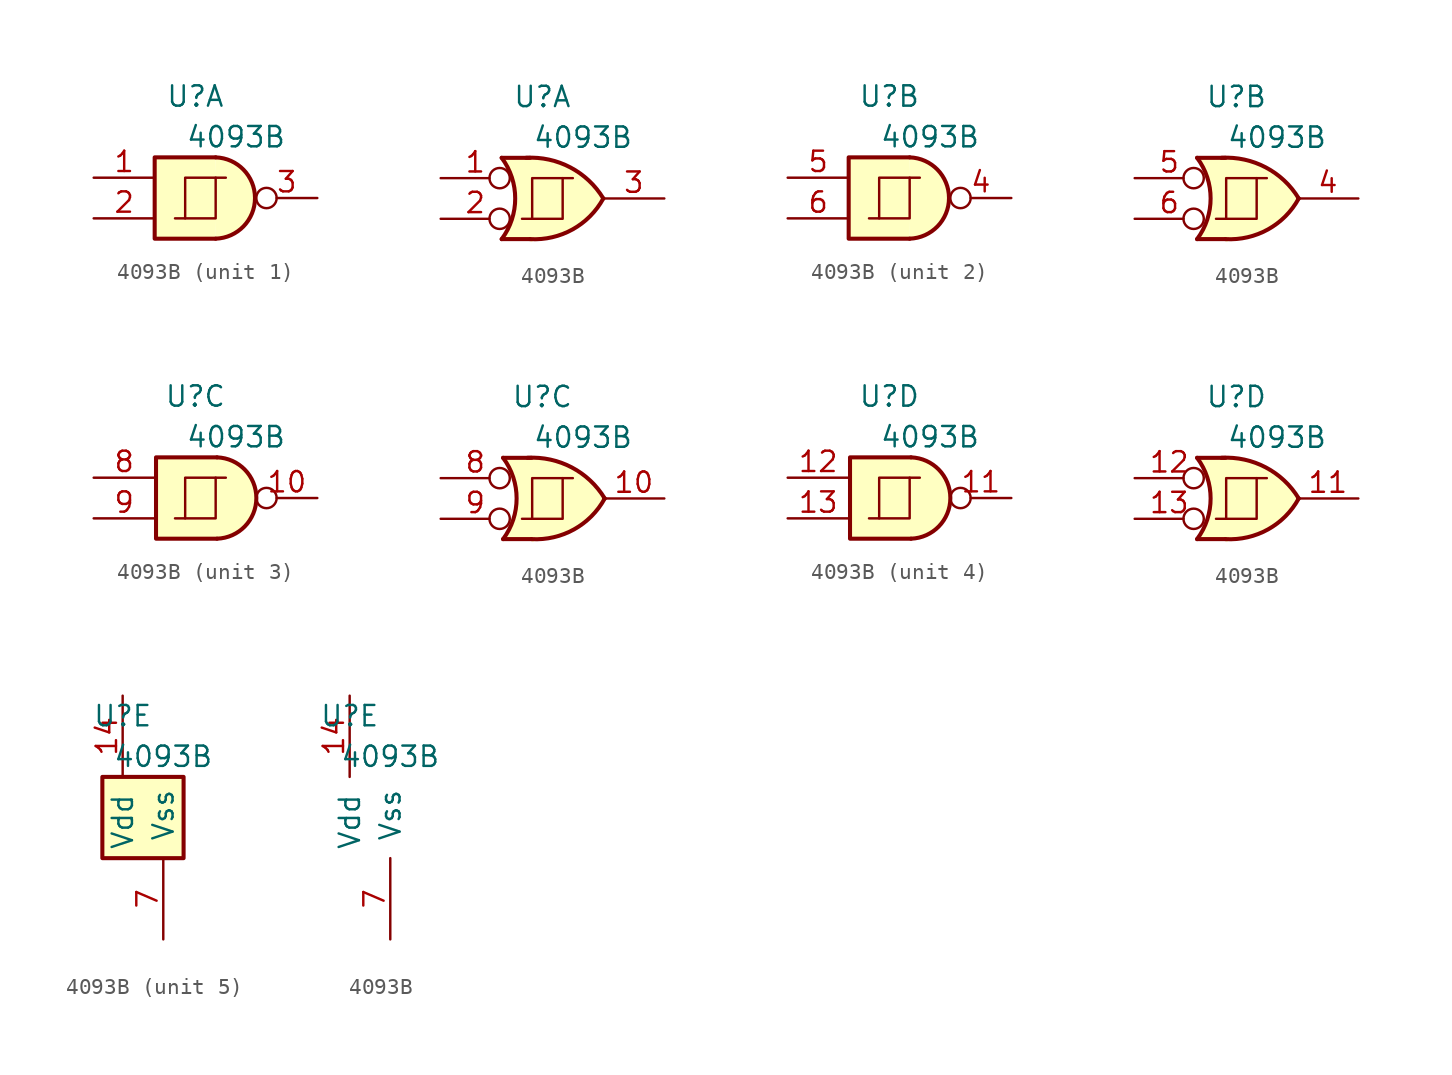
<source format=kicad_sym>
(kicad_symbol_lib
  (version 20220914)
  (generator kicad_symbol_editor)
  (symbol "4093B"
    (pin_names
      (offset 1.016))
    (property "Reference" "U"
      (at -1.27 6.35 0)
      (effects (font (size 1.27 1.27))))
    (property "Value" "4093B"
      (at 1.27 3.81 0)
      (effects (font (size 1.27 1.27))))
    (property "ki_locked" ""
      (at 0 0 0)
      (effects (font (size 1.27 1.27))))
    (symbol "4093B_1_0"
      (polyline (pts (xy 0 1.27) (xy 0 -1.27) (xy -2.54 -1.27)) (stroke (width 0) (type default)) (fill (type none)))
      (polyline (pts (xy 0.635 1.27) (xy -1.905 1.27) (xy -1.905 -1.27)) (stroke (width 0) (type default)) (fill (type none))))
    (symbol "4093B_1_1"
      (arc (start 0 -2.54) (mid 2.4571 0) (end 0 2.54) (stroke (width 0.254) (type default)) (fill (type background)))
      (polyline (pts (xy 0 2.54) (xy -3.81 2.54) (xy -3.81 -2.54) (xy 0 -2.54)) (stroke (width 0.254) (type default)) (fill (type background)))
      (pin input line (at -7.62 1.27 0) (length 3.81) (name "~" (effects (font (size 1.27 1.27)))) (number "1" (effects (font (size 1.27 1.27)))))
      (pin input line (at -7.62 -1.27 0) (length 3.81) (name "~" (effects (font (size 1.27 1.27)))) (number "2" (effects (font (size 1.27 1.27)))))
      (pin output inverted (at 6.35 0 180) (length 3.81) (name "~" (effects (font (size 1.27 1.27)))) (number "3" (effects (font (size 1.27 1.27))))))
    (symbol "4093B_1_2"
      (arc (start -3.81 -2.54) (mid -2.964 0) (end -3.81 2.54) (stroke (width 0.254) (type default)) (fill (type none)))
      (arc (start -2.032 -2.54) (mid 0.6219 -1.9322) (end 2.54 0) (stroke (width 0.254) (type default)) (fill (type background)))
      (polyline (pts (xy -3.81 -2.54) (xy -2.032 -2.54)) (stroke (width 0.254) (type default)) (fill (type none)))
      (polyline (pts (xy -3.81 2.54) (xy -2.032 2.54)) (stroke (width 0.254) (type default)) (fill (type none)))
      (polyline (pts (xy -1.27 2.54) (xy -3.81 2.54) (xy -3.175 1.27) (xy -2.794 0) (xy -3.175 -1.27) (xy -3.81 -2.54) (xy -1.27 -2.54)) (stroke (width -25.4) (type default)) (fill (type background)))
      (arc (start 2.54 0) (mid 0.4797 1.9402) (end -2.286 2.54) (stroke (width 0.254) (type default)) (fill (type background)))
      (pin input inverted (at -7.62 1.27 0) (length 4.318) (name "~" (effects (font (size 1.27 1.27)))) (number "1" (effects (font (size 1.27 1.27)))))
      (pin input inverted (at -7.62 -1.27 0) (length 4.318) (name "~" (effects (font (size 1.27 1.27)))) (number "2" (effects (font (size 1.27 1.27)))))
      (pin output line (at 6.35 0 180) (length 3.81) (name "~" (effects (font (size 1.27 1.27)))) (number "3" (effects (font (size 1.27 1.27))))))
    (symbol "4093B_2_0"
      (polyline (pts (xy 0 1.27) (xy 0 -1.27) (xy -2.54 -1.27)) (stroke (width 0) (type default)) (fill (type none)))
      (polyline (pts (xy 0.635 1.27) (xy -1.905 1.27) (xy -1.905 -1.27)) (stroke (width 0) (type default)) (fill (type none))))
    (symbol "4093B_2_1"
      (arc (start 0 -2.54) (mid 2.4571 0) (end 0 2.54) (stroke (width 0.254) (type default)) (fill (type background)))
      (polyline (pts (xy 0 2.54) (xy -3.81 2.54) (xy -3.81 -2.54) (xy 0 -2.54)) (stroke (width 0.254) (type default)) (fill (type background)))
      (pin output inverted (at 6.35 0 180) (length 3.81) (name "~" (effects (font (size 1.27 1.27)))) (number "4" (effects (font (size 1.27 1.27)))))
      (pin input line (at -7.62 1.27 0) (length 3.81) (name "~" (effects (font (size 1.27 1.27)))) (number "5" (effects (font (size 1.27 1.27)))))
      (pin input line (at -7.62 -1.27 0) (length 3.81) (name "~" (effects (font (size 1.27 1.27)))) (number "6" (effects (font (size 1.27 1.27))))))
    (symbol "4093B_2_2"
      (arc (start -3.722 -2.54) (mid -2.876 0) (end -3.722 2.54) (stroke (width 0.254) (type default)) (fill (type none)))
      (arc (start -1.944 -2.54) (mid 0.7099 -1.9322) (end 2.628 0) (stroke (width 0.254) (type default)) (fill (type background)))
      (polyline (pts (xy -3.722 -2.54) (xy -1.944 -2.54)) (stroke (width 0.254) (type default)) (fill (type none)))
      (polyline (pts (xy -3.722 2.54) (xy -1.944 2.54)) (stroke (width 0.254) (type default)) (fill (type none)))
      (polyline (pts (xy -1.182 2.54) (xy -3.722 2.54) (xy -3.087 1.27) (xy -2.706 0) (xy -3.087 -1.27) (xy -3.722 -2.54) (xy -1.182 -2.54)) (stroke (width -25.4) (type default)) (fill (type background)))
      (arc (start 2.628 0) (mid 0.5677 1.9402) (end -2.198 2.54) (stroke (width 0.254) (type default)) (fill (type background)))
      (pin output line (at 6.35 0 180) (length 3.81) (name "~" (effects (font (size 1.27 1.27)))) (number "4" (effects (font (size 1.27 1.27)))))
      (pin input inverted (at -7.62 1.27 0) (length 4.318) (name "~" (effects (font (size 1.27 1.27)))) (number "5" (effects (font (size 1.27 1.27)))))
      (pin input inverted (at -7.62 -1.27 0) (length 4.318) (name "~" (effects (font (size 1.27 1.27)))) (number "6" (effects (font (size 1.27 1.27))))))
    (symbol "4093B_3_0"
      (polyline (pts (xy 0 1.27) (xy 0 -1.27) (xy -2.54 -1.27)) (stroke (width 0) (type default)) (fill (type none)))
      (polyline (pts (xy 0.635 1.27) (xy -1.905 1.27) (xy -1.905 -1.27)) (stroke (width 0) (type default)) (fill (type none))))
    (symbol "4093B_3_1"
      (polyline (pts (xy 0.084 2.54) (xy -3.726 2.54) (xy -3.726 -2.54) (xy 0.084 -2.54)) (stroke (width 0.254) (type default)) (fill (type background)))
      (arc (start 0.0843 -2.54) (mid 2.5414 0) (end 0.0843 2.54) (stroke (width 0.254) (type default)) (fill (type background)))
      (pin output inverted (at 6.35 0 180) (length 3.81) (name "~" (effects (font (size 1.27 1.27)))) (number "10" (effects (font (size 1.27 1.27)))))
      (pin input line (at -7.62 1.27 0) (length 3.81) (name "~" (effects (font (size 1.27 1.27)))) (number "8" (effects (font (size 1.27 1.27)))))
      (pin input line (at -7.62 -1.27 0) (length 3.81) (name "~" (effects (font (size 1.27 1.27)))) (number "9" (effects (font (size 1.27 1.27))))))
    (symbol "4093B_3_2"
      (arc (start -3.722 -2.54) (mid -2.876 0) (end -3.722 2.54) (stroke (width 0.254) (type default)) (fill (type none)))
      (arc (start -1.944 -2.54) (mid 0.7099 -1.9322) (end 2.628 0) (stroke (width 0.254) (type default)) (fill (type background)))
      (polyline (pts (xy -3.722 -2.54) (xy -1.944 -2.54)) (stroke (width 0.254) (type default)) (fill (type none)))
      (polyline (pts (xy -3.722 2.54) (xy -1.944 2.54)) (stroke (width 0.254) (type default)) (fill (type none)))
      (polyline (pts (xy -1.182 2.54) (xy -3.722 2.54) (xy -3.087 1.27) (xy -2.706 0) (xy -3.087 -1.27) (xy -3.722 -2.54) (xy -1.182 -2.54)) (stroke (width -25.4) (type default)) (fill (type background)))
      (arc (start 2.628 0) (mid 0.5677 1.9402) (end -2.198 2.54) (stroke (width 0.254) (type default)) (fill (type background)))
      (pin output line (at 6.35 0 180) (length 3.81) (name "~" (effects (font (size 1.27 1.27)))) (number "10" (effects (font (size 1.27 1.27)))))
      (pin input inverted (at -7.62 1.27 0) (length 4.318) (name "~" (effects (font (size 1.27 1.27)))) (number "8" (effects (font (size 1.27 1.27)))))
      (pin input inverted (at -7.62 -1.27 0) (length 4.318) (name "~" (effects (font (size 1.27 1.27)))) (number "9" (effects (font (size 1.27 1.27))))))
    (symbol "4093B_4_0"
      (polyline (pts (xy 0 1.27) (xy 0 -1.27) (xy -2.54 -1.27)) (stroke (width 0) (type default)) (fill (type none)))
      (polyline (pts (xy 0.635 1.27) (xy -1.905 1.27) (xy -1.905 -1.27)) (stroke (width 0) (type default)) (fill (type none))))
    (symbol "4093B_4_1"
      (polyline (pts (xy 0.084 2.54) (xy -3.726 2.54) (xy -3.726 -2.54) (xy 0.084 -2.54)) (stroke (width 0.254) (type default)) (fill (type background)))
      (arc (start 0.0843 -2.54) (mid 2.5414 0) (end 0.0843 2.54) (stroke (width 0.254) (type default)) (fill (type background)))
      (pin output inverted (at 6.35 0 180) (length 3.81) (name "~" (effects (font (size 1.27 1.27)))) (number "11" (effects (font (size 1.27 1.27)))))
      (pin input line (at -7.62 1.27 0) (length 3.81) (name "~" (effects (font (size 1.27 1.27)))) (number "12" (effects (font (size 1.27 1.27)))))
      (pin input line (at -7.62 -1.27 0) (length 3.81) (name "~" (effects (font (size 1.27 1.27)))) (number "13" (effects (font (size 1.27 1.27))))))
    (symbol "4093B_4_2"
      (arc (start -3.722 -2.54) (mid -2.876 0) (end -3.722 2.54) (stroke (width 0.254) (type default)) (fill (type none)))
      (arc (start -1.944 -2.54) (mid 0.7099 -1.9322) (end 2.628 0) (stroke (width 0.254) (type default)) (fill (type background)))
      (polyline (pts (xy -3.722 -2.54) (xy -1.944 -2.54)) (stroke (width 0.254) (type default)) (fill (type none)))
      (polyline (pts (xy -3.722 2.54) (xy -1.944 2.54)) (stroke (width 0.254) (type default)) (fill (type none)))
      (polyline (pts (xy -1.182 2.54) (xy -3.722 2.54) (xy -3.087 1.27) (xy -2.706 0) (xy -3.087 -1.27) (xy -3.722 -2.54) (xy -1.182 -2.54)) (stroke (width -25.4) (type default)) (fill (type background)))
      (arc (start 2.628 0) (mid 0.5677 1.9402) (end -2.198 2.54) (stroke (width 0.254) (type default)) (fill (type background)))
      (pin output line (at 6.35 0 180) (length 3.81) (name "~" (effects (font (size 1.27 1.27)))) (number "11" (effects (font (size 1.27 1.27)))))
      (pin input inverted (at -7.62 1.27 0) (length 4.318) (name "~" (effects (font (size 1.27 1.27)))) (number "12" (effects (font (size 1.27 1.27)))))
      (pin input inverted (at -7.62 -1.27 0) (length 4.318) (name "~" (effects (font (size 1.27 1.27)))) (number "13" (effects (font (size 1.27 1.27))))))
    (symbol "4093B_5_0"
      (pin power_in line (at -1.27 7.62 270) (length 5.08) (name "Vdd" (effects (font (size 1.27 1.27)))) (number "14" (effects (font (size 1.27 1.27)))))
      (pin power_in line (at 1.27 -7.62 90) (length 5.08) (name "Vss" (effects (font (size 1.27 1.27)))) (number "7" (effects (font (size 1.27 1.27))))))
    (symbol "4093B_5_1"
      (rectangle (start -2.54 2.54) (end 2.54 -2.54) (stroke (width 0.254) (type default)) (fill (type background))))))
</source>
